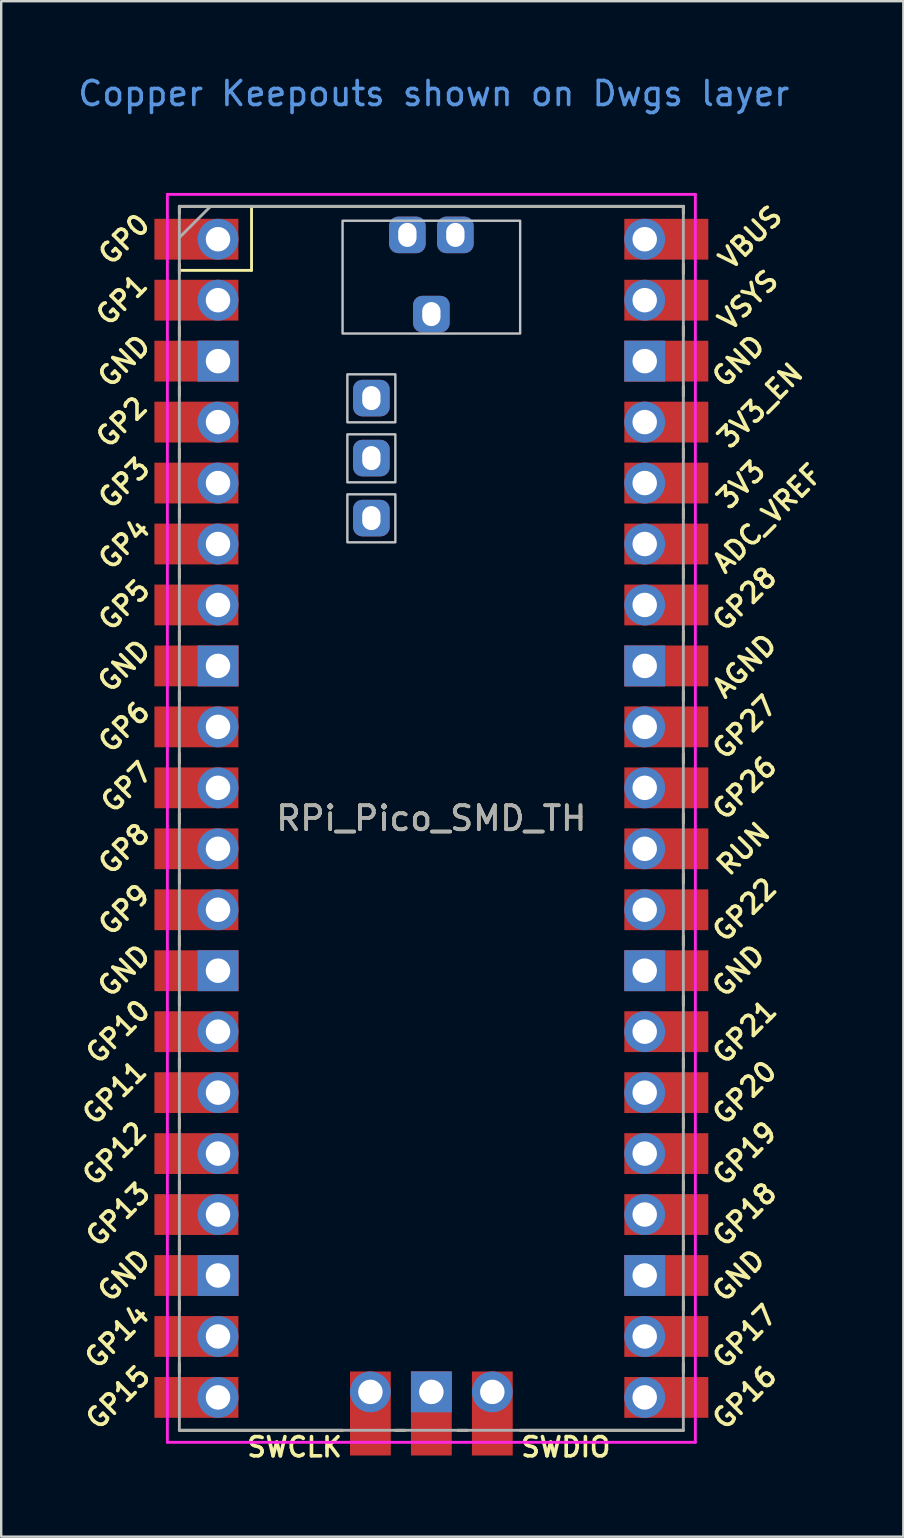
<source format=kicad_pcb>
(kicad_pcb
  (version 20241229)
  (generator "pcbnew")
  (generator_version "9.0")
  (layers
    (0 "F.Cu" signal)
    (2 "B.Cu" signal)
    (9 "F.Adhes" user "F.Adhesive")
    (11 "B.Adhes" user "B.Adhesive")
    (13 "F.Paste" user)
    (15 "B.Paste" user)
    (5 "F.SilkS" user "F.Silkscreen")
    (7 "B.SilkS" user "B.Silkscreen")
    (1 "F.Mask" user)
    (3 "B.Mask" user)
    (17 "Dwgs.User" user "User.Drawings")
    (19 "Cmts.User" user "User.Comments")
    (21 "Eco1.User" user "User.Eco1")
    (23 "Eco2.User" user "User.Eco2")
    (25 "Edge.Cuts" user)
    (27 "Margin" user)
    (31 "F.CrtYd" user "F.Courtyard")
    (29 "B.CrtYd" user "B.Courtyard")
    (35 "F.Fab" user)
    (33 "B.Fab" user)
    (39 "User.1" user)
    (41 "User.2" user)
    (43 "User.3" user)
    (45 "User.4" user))
  (footprint "RPi_Pico_SMD_TH"
    (layer "F.Cu")
    (at 14.924 31.048)
    (property "Reference" "RPi_Pico_SMD_TH" (at 0 0 0) (layer "F.SilkS") (effects (font (size 1 1) (thickness 0.15))))
    (attr through_hole)
    (fp_line (start -10.5 -25.5) (end -10.5 -25.2) (stroke (width 0.12) (type solid)) (layer "F.SilkS"))
    (fp_line (start -10.5 -25.5) (end 10.5 -25.5) (stroke (width 0.12) (type solid)) (layer "F.SilkS"))
    (fp_line (start -10.5 -23.1) (end -10.5 -22.7) (stroke (width 0.12) (type solid)) (layer "F.SilkS"))
    (fp_line (start -10.5 -22.833) (end -7.493 -22.833) (stroke (width 0.12) (type solid)) (layer "F.SilkS"))
    (fp_line (start -10.5 -20.5) (end -10.5 -20.1) (stroke (width 0.12) (type solid)) (layer "F.SilkS"))
    (fp_line (start -10.5 -18) (end -10.5 -17.6) (stroke (width 0.12) (type solid)) (layer "F.SilkS"))
    (fp_line (start -10.5 -15.4) (end -10.5 -15) (stroke (width 0.12) (type solid)) (layer "F.SilkS"))
    (fp_line (start -10.5 -12.9) (end -10.5 -12.5) (stroke (width 0.12) (type solid)) (layer "F.SilkS"))
    (fp_line (start -10.5 -10.4) (end -10.5 -10) (stroke (width 0.12) (type solid)) (layer "F.SilkS"))
    (fp_line (start -10.5 -7.8) (end -10.5 -7.4) (stroke (width 0.12) (type solid)) (layer "F.SilkS"))
    (fp_line (start -10.5 -5.3) (end -10.5 -4.9) (stroke (width 0.12) (type solid)) (layer "F.SilkS"))
    (fp_line (start -10.5 -2.7) (end -10.5 -2.3) (stroke (width 0.12) (type solid)) (layer "F.SilkS"))
    (fp_line (start -10.5 -0.2) (end -10.5 0.2) (stroke (width 0.12) (type solid)) (layer "F.SilkS"))
    (fp_line (start -10.5 2.3) (end -10.5 2.7) (stroke (width 0.12) (type solid)) (layer "F.SilkS"))
    (fp_line (start -10.5 4.9) (end -10.5 5.3) (stroke (width 0.12) (type solid)) (layer "F.SilkS"))
    (fp_line (start -10.5 7.4) (end -10.5 7.8) (stroke (width 0.12) (type solid)) (layer "F.SilkS"))
    (fp_line (start -10.5 10) (end -10.5 10.4) (stroke (width 0.12) (type solid)) (layer "F.SilkS"))
    (fp_line (start -10.5 12.5) (end -10.5 12.9) (stroke (width 0.12) (type solid)) (layer "F.SilkS"))
    (fp_line (start -10.5 15.1) (end -10.5 15.5) (stroke (width 0.12) (type solid)) (layer "F.SilkS"))
    (fp_line (start -10.5 17.6) (end -10.5 18) (stroke (width 0.12) (type solid)) (layer "F.SilkS"))
    (fp_line (start -10.5 20.1) (end -10.5 20.5) (stroke (width 0.12) (type solid)) (layer "F.SilkS"))
    (fp_line (start -10.5 22.7) (end -10.5 23.1) (stroke (width 0.12) (type solid)) (layer "F.SilkS"))
    (fp_line (start -7.493 -22.833) (end -7.493 -25.5) (stroke (width 0.12) (type solid)) (layer "F.SilkS"))
    (fp_line (start -3.7 25.5) (end -10.5 25.5) (stroke (width 0.12) (type solid)) (layer "F.SilkS"))
    (fp_line (start -1.5 25.5) (end -1.1 25.5) (stroke (width 0.12) (type solid)) (layer "F.SilkS"))
    (fp_line (start 1.1 25.5) (end 1.5 25.5) (stroke (width 0.12) (type solid)) (layer "F.SilkS"))
    (fp_line (start 10.5 -25.5) (end 10.5 -25.2) (stroke (width 0.12) (type solid)) (layer "F.SilkS"))
    (fp_line (start 10.5 -23.1) (end 10.5 -22.7) (stroke (width 0.12) (type solid)) (layer "F.SilkS"))
    (fp_line (start 10.5 -20.5) (end 10.5 -20.1) (stroke (width 0.12) (type solid)) (layer "F.SilkS"))
    (fp_line (start 10.5 -18) (end 10.5 -17.6) (stroke (width 0.12) (type solid)) (layer "F.SilkS"))
    (fp_line (start 10.5 -15.4) (end 10.5 -15) (stroke (width 0.12) (type solid)) (layer "F.SilkS"))
    (fp_line (start 10.5 -12.9) (end 10.5 -12.5) (stroke (width 0.12) (type solid)) (layer "F.SilkS"))
    (fp_line (start 10.5 -10.4) (end 10.5 -10) (stroke (width 0.12) (type solid)) (layer "F.SilkS"))
    (fp_line (start 10.5 -7.8) (end 10.5 -7.4) (stroke (width 0.12) (type solid)) (layer "F.SilkS"))
    (fp_line (start 10.5 -5.3) (end 10.5 -4.9) (stroke (width 0.12) (type solid)) (layer "F.SilkS"))
    (fp_line (start 10.5 -2.7) (end 10.5 -2.3) (stroke (width 0.12) (type solid)) (layer "F.SilkS"))
    (fp_line (start 10.5 -0.2) (end 10.5 0.2) (stroke (width 0.12) (type solid)) (layer "F.SilkS"))
    (fp_line (start 10.5 2.3) (end 10.5 2.7) (stroke (width 0.12) (type solid)) (layer "F.SilkS"))
    (fp_line (start 10.5 4.9) (end 10.5 5.3) (stroke (width 0.12) (type solid)) (layer "F.SilkS"))
    (fp_line (start 10.5 7.4) (end 10.5 7.8) (stroke (width 0.12) (type solid)) (layer "F.SilkS"))
    (fp_line (start 10.5 10) (end 10.5 10.4) (stroke (width 0.12) (type solid)) (layer "F.SilkS"))
    (fp_line (start 10.5 12.5) (end 10.5 12.9) (stroke (width 0.12) (type solid)) (layer "F.SilkS"))
    (fp_line (start 10.5 15.1) (end 10.5 15.5) (stroke (width 0.12) (type solid)) (layer "F.SilkS"))
    (fp_line (start 10.5 17.6) (end 10.5 18) (stroke (width 0.12) (type solid)) (layer "F.SilkS"))
    (fp_line (start 10.5 20.1) (end 10.5 20.5) (stroke (width 0.12) (type solid)) (layer "F.SilkS"))
    (fp_line (start 10.5 22.7) (end 10.5 23.1) (stroke (width 0.12) (type solid)) (layer "F.SilkS"))
    (fp_line (start 10.5 25.5) (end 3.7 25.5) (stroke (width 0.12) (type solid)) (layer "F.SilkS"))
    (fp_poly (pts (xy -1.5 -16.5) (xy -3.5 -16.5) (xy -3.5 -18.5) (xy -1.5 -18.5)) (stroke (width 0.1) (type solid)) (fill no) (layer "Dwgs.User"))
    (fp_poly (pts (xy -1.5 -14) (xy -3.5 -14) (xy -3.5 -16) (xy -1.5 -16)) (stroke (width 0.1) (type solid)) (fill no) (layer "Dwgs.User"))
    (fp_poly (pts (xy -1.5 -11.5) (xy -3.5 -11.5) (xy -3.5 -13.5) (xy -1.5 -13.5)) (stroke (width 0.1) (type solid)) (fill no) (layer "Dwgs.User"))
    (fp_poly (pts (xy 3.7 -20.2) (xy -3.7 -20.2) (xy -3.7 -24.9) (xy 3.7 -24.9)) (stroke (width 0.1) (type solid)) (fill no) (layer "Dwgs.User"))
    (fp_line (start -11 -26) (end 11 -26) (stroke (width 0.12) (type solid)) (layer "F.CrtYd"))
    (fp_line (start -11 26) (end -11 -26) (stroke (width 0.12) (type solid)) (layer "F.CrtYd"))
    (fp_line (start 11 -26) (end 11 26) (stroke (width 0.12) (type solid)) (layer "F.CrtYd"))
    (fp_line (start 11 26) (end -11 26) (stroke (width 0.12) (type solid)) (layer "F.CrtYd"))
    (fp_line (start -10.5 -25.5) (end 10.5 -25.5) (stroke (width 0.12) (type solid)) (layer "F.Fab"))
    (fp_line (start -10.5 -24.2) (end -9.2 -25.5) (stroke (width 0.12) (type solid)) (layer "F.Fab"))
    (fp_line (start -10.5 25.5) (end -10.5 -25.5) (stroke (width 0.12) (type solid)) (layer "F.Fab"))
    (fp_line (start 10.5 -25.5) (end 10.5 25.5) (stroke (width 0.12) (type solid)) (layer "F.Fab"))
    (fp_line (start 10.5 25.5) (end -10.5 25.5) (stroke (width 0.12) (type solid)) (layer "F.Fab"))
    (fp_text user "GP9" (at -12.8 3.81 45) (layer "F.SilkS") (effects (font (size 0.8 0.8) (thickness 0.15))))
    (fp_text user "GP11" (at -13.2 11.43 45) (layer "F.SilkS") (effects (font (size 0.8 0.8) (thickness 0.15))))
    (fp_text user "GP1" (at -12.9 -21.6 45) (layer "F.SilkS") (effects (font (size 0.8 0.8) (thickness 0.15))))
    (fp_text user "GP5" (at -12.8 -8.89 45) (layer "F.SilkS") (effects (font (size 0.8 0.8) (thickness 0.15))))
    (fp_text user "GP19" (at 13.054 13.97 45) (layer "F.SilkS") (effects (font (size 0.8 0.8) (thickness 0.15))))
    (fp_text user "3V3_EN" (at 13.7 -17.2 45) (layer "F.SilkS") (effects (font (size 0.8 0.8) (thickness 0.15))))
    (fp_text user "GND" (at -12.8 6.35 45) (layer "F.SilkS") (effects (font (size 0.8 0.8) (thickness 0.15))))
    (fp_text user "GP3" (at -12.8 -13.97 45) (layer "F.SilkS") (effects (font (size 0.8 0.8) (thickness 0.15))))
    (fp_text user "GP0" (at -12.8 -24.13 45) (layer "F.SilkS") (effects (font (size 0.8 0.8) (thickness 0.15))))
    (fp_text user "GP15" (at -13.054 24.13 45) (layer "F.SilkS") (effects (font (size 0.8 0.8) (thickness 0.15))))
    (fp_text user "GP27" (at 13.054 -3.8 45) (layer "F.SilkS") (effects (font (size 0.8 0.8) (thickness 0.15))))
    (fp_text user "GP2" (at -12.9 -16.51 45) (layer "F.SilkS") (effects (font (size 0.8 0.8) (thickness 0.15))))
    (fp_text user "GND" (at -12.8 -6.35 45) (layer "F.SilkS") (effects (font (size 0.8 0.8) (thickness 0.15))))
    (fp_text user "AGND" (at 13.054 -6.35 45) (layer "F.SilkS") (effects (font (size 0.8 0.8) (thickness 0.15))))
    (fp_text user "GP8" (at -12.8 1.27 45) (layer "F.SilkS") (effects (font (size 0.8 0.8) (thickness 0.15))))
    (fp_text user "GP7" (at -12.7 -1.3 45) (layer "F.SilkS") (effects (font (size 0.8 0.8) (thickness 0.15))))
    (fp_text user "GP4" (at -12.8 -11.43 45) (layer "F.SilkS") (effects (font (size 0.8 0.8) (thickness 0.15))))
    (fp_text user "GP14" (at -13.1 21.59 45) (layer "F.SilkS") (effects (font (size 0.8 0.8) (thickness 0.15))))
    (fp_text user "GP17" (at 13.054 21.59 45) (layer "F.SilkS") (effects (font (size 0.8 0.8) (thickness 0.15))))
    (fp_text user "GND" (at -12.8 19.05 45) (layer "F.SilkS") (effects (font (size 0.8 0.8) (thickness 0.15))))
    (fp_text user "RUN" (at 13 1.27 45) (layer "F.SilkS") (effects (font (size 0.8 0.8) (thickness 0.15))))
    (fp_text user "GP16" (at 13.054 24.13 45) (layer "F.SilkS") (effects (font (size 0.8 0.8) (thickness 0.15))))
    (fp_text user "SWDIO" (at 5.6 26.2 0) (layer "F.SilkS") (effects (font (size 0.8 0.8) (thickness 0.15))))
    (fp_text user "GP13" (at -13.054 16.51 45) (layer "F.SilkS") (effects (font (size 0.8 0.8) (thickness 0.15))))
    (fp_text user "ADC_VREF" (at 14 -12.5 45) (layer "F.SilkS") (effects (font (size 0.8 0.8) (thickness 0.15))))
    (fp_text user "GP21" (at 13.054 8.9 45) (layer "F.SilkS") (effects (font (size 0.8 0.8) (thickness 0.15))))
    (fp_text user "GND" (at 12.8 19.05 45) (layer "F.SilkS") (effects (font (size 0.8 0.8) (thickness 0.15))))
    (fp_text user "GND" (at -12.8 -19.05 45) (layer "F.SilkS") (effects (font (size 0.8 0.8) (thickness 0.15))))
    (fp_text user "GND" (at 12.8 -19.05 45) (layer "F.SilkS") (effects (font (size 0.8 0.8) (thickness 0.15))))
    (fp_text user "GP12" (at -13.2 13.97 45) (layer "F.SilkS") (effects (font (size 0.8 0.8) (thickness 0.15))))
    (fp_text user "GP26" (at 13.054 -1.27 45) (layer "F.SilkS") (effects (font (size 0.8 0.8) (thickness 0.15))))
    (fp_text user "VBUS" (at 13.3 -24.2 45) (layer "F.SilkS") (effects (font (size 0.8 0.8) (thickness 0.15))))
    (fp_text user "GP18" (at 13.054 16.51 45) (layer "F.SilkS") (effects (font (size 0.8 0.8) (thickness 0.15))))
    (fp_text user "SWCLK" (at -5.7 26.2 0) (layer "F.SilkS") (effects (font (size 0.8 0.8) (thickness 0.15))))
    (fp_text user "GND" (at 12.8 6.35 45) (layer "F.SilkS") (effects (font (size 0.8 0.8) (thickness 0.15))))
    (fp_text user "GP22" (at 13.054 3.81 45) (layer "F.SilkS") (effects (font (size 0.8 0.8) (thickness 0.15))))
    (fp_text user "GP6" (at -12.8 -3.81 45) (layer "F.SilkS") (effects (font (size 0.8 0.8) (thickness 0.15))))
    (fp_text user "3V3" (at 12.9 -13.9 45) (layer "F.SilkS") (effects (font (size 0.8 0.8) (thickness 0.15))))
    (fp_text user "GP28" (at 13.054 -9.144 45) (layer "F.SilkS") (effects (font (size 0.8 0.8) (thickness 0.15))))
    (fp_text user "GP20" (at 13.054 11.43 45) (layer "F.SilkS") (effects (font (size 0.8 0.8) (thickness 0.15))))
    (fp_text user "GP10" (at -13.054 8.89 45) (layer "F.SilkS") (effects (font (size 0.8 0.8) (thickness 0.15))))
    (fp_text user "VSYS" (at 13.2 -21.59 45) (layer "F.SilkS") (effects (font (size 0.8 0.8) (thickness 0.15))))
    (fp_text user "Copper Keepouts shown on Dwgs layer" (at 0.1 -30.2 0) (layer "Cmts.User") (effects (font (size 1 1) (thickness 0.15))))
    (fp_text user "${REFERENCE}" (at 0 0 180) (layer "F.Fab") (effects (font (size 1 1) (thickness 0.15))))
    (pad "1" thru_hole oval (at -8.89 -24.13) (size 1.7 1.7) (drill 1.02) (layers "*.Cu" "*.Mask"))
    (pad "1" smd rect (at -8.89 -24.13) (size 3.5 1.7) (drill (offset -0.9 0)) (layers "F.Cu" "F.Mask"))
    (pad "2" thru_hole oval (at -8.89 -21.59) (size 1.7 1.7) (drill 1.02) (layers "*.Cu" "*.Mask"))
    (pad "2" smd rect (at -8.89 -21.59) (size 3.5 1.7) (drill (offset -0.9 0)) (layers "F.Cu" "F.Mask"))
    (pad "3" thru_hole rect (at -8.89 -19.05) (size 1.7 1.7) (drill 1.02) (layers "*.Cu" "*.Mask"))
    (pad "3" smd rect (at -8.89 -19.05) (size 3.5 1.7) (drill (offset -0.9 0)) (layers "F.Cu" "F.Mask"))
    (pad "4" thru_hole oval (at -8.89 -16.51) (size 1.7 1.7) (drill 1.02) (layers "*.Cu" "*.Mask"))
    (pad "4" smd rect (at -8.89 -16.51) (size 3.5 1.7) (drill (offset -0.9 0)) (layers "F.Cu" "F.Mask"))
    (pad "5" thru_hole oval (at -8.89 -13.97) (size 1.7 1.7) (drill 1.02) (layers "*.Cu" "*.Mask"))
    (pad "5" smd rect (at -8.89 -13.97) (size 3.5 1.7) (drill (offset -0.9 0)) (layers "F.Cu" "F.Mask"))
    (pad "6" thru_hole oval (at -8.89 -11.43) (size 1.7 1.7) (drill 1.02) (layers "*.Cu" "*.Mask"))
    (pad "6" smd rect (at -8.89 -11.43) (size 3.5 1.7) (drill (offset -0.9 0)) (layers "F.Cu" "F.Mask"))
    (pad "7" thru_hole oval (at -8.89 -8.89) (size 1.7 1.7) (drill 1.02) (layers "*.Cu" "*.Mask"))
    (pad "7" smd rect (at -8.89 -8.89) (size 3.5 1.7) (drill (offset -0.9 0)) (layers "F.Cu" "F.Mask"))
    (pad "8" thru_hole rect (at -8.89 -6.35) (size 1.7 1.7) (drill 1.02) (layers "*.Cu" "*.Mask"))
    (pad "8" smd rect (at -8.89 -6.35) (size 3.5 1.7) (drill (offset -0.9 0)) (layers "F.Cu" "F.Mask"))
    (pad "9" thru_hole oval (at -8.89 -3.81) (size 1.7 1.7) (drill 1.02) (layers "*.Cu" "*.Mask"))
    (pad "9" smd rect (at -8.89 -3.81) (size 3.5 1.7) (drill (offset -0.9 0)) (layers "F.Cu" "F.Mask"))
    (pad "10" thru_hole oval (at -8.89 -1.27) (size 1.7 1.7) (drill 1.02) (layers "*.Cu" "*.Mask"))
    (pad "10" smd rect (at -8.89 -1.27) (size 3.5 1.7) (drill (offset -0.9 0)) (layers "F.Cu" "F.Mask"))
    (pad "11" thru_hole oval (at -8.89 1.27) (size 1.7 1.7) (drill 1.02) (layers "*.Cu" "*.Mask"))
    (pad "11" smd rect (at -8.89 1.27) (size 3.5 1.7) (drill (offset -0.9 0)) (layers "F.Cu" "F.Mask"))
    (pad "12" thru_hole oval (at -8.89 3.81) (size 1.7 1.7) (drill 1.02) (layers "*.Cu" "*.Mask"))
    (pad "12" smd rect (at -8.89 3.81) (size 3.5 1.7) (drill (offset -0.9 0)) (layers "F.Cu" "F.Mask"))
    (pad "13" thru_hole rect (at -8.89 6.35) (size 1.7 1.7) (drill 1.02) (layers "*.Cu" "*.Mask"))
    (pad "13" smd rect (at -8.89 6.35) (size 3.5 1.7) (drill (offset -0.9 0)) (layers "F.Cu" "F.Mask"))
    (pad "14" thru_hole oval (at -8.89 8.89) (size 1.7 1.7) (drill 1.02) (layers "*.Cu" "*.Mask"))
    (pad "14" smd rect (at -8.89 8.89) (size 3.5 1.7) (drill (offset -0.9 0)) (layers "F.Cu" "F.Mask"))
    (pad "15" thru_hole oval (at -8.89 11.43) (size 1.7 1.7) (drill 1.02) (layers "*.Cu" "*.Mask"))
    (pad "15" smd rect (at -8.89 11.43) (size 3.5 1.7) (drill (offset -0.9 0)) (layers "F.Cu" "F.Mask"))
    (pad "16" thru_hole oval (at -8.89 13.97) (size 1.7 1.7) (drill 1.02) (layers "*.Cu" "*.Mask"))
    (pad "16" smd rect (at -8.89 13.97) (size 3.5 1.7) (drill (offset -0.9 0)) (layers "F.Cu" "F.Mask"))
    (pad "17" thru_hole oval (at -8.89 16.51) (size 1.7 1.7) (drill 1.02) (layers "*.Cu" "*.Mask"))
    (pad "17" smd rect (at -8.89 16.51) (size 3.5 1.7) (drill (offset -0.9 0)) (layers "F.Cu" "F.Mask"))
    (pad "18" thru_hole rect (at -8.89 19.05) (size 1.7 1.7) (drill 1.02) (layers "*.Cu" "*.Mask"))
    (pad "18" smd rect (at -8.89 19.05) (size 3.5 1.7) (drill (offset -0.9 0)) (layers "F.Cu" "F.Mask"))
    (pad "19" thru_hole oval (at -8.89 21.59) (size 1.7 1.7) (drill 1.02) (layers "*.Cu" "*.Mask"))
    (pad "19" smd rect (at -8.89 21.59) (size 3.5 1.7) (drill (offset -0.9 0)) (layers "F.Cu" "F.Mask"))
    (pad "20" thru_hole oval (at -8.89 24.13) (size 1.7 1.7) (drill 1.02) (layers "*.Cu" "*.Mask"))
    (pad "20" smd rect (at -8.89 24.13) (size 3.5 1.7) (drill (offset -0.9 0)) (layers "F.Cu" "F.Mask"))
    (pad "21" thru_hole oval (at 8.89 24.13) (size 1.7 1.7) (drill 1.02) (layers "*.Cu" "*.Mask"))
    (pad "21" smd rect (at 8.89 24.13) (size 3.5 1.7) (drill (offset 0.9 0)) (layers "F.Cu" "F.Mask"))
    (pad "22" thru_hole oval (at 8.89 21.59) (size 1.7 1.7) (drill 1.02) (layers "*.Cu" "*.Mask"))
    (pad "22" smd rect (at 8.89 21.59) (size 3.5 1.7) (drill (offset 0.9 0)) (layers "F.Cu" "F.Mask"))
    (pad "23" thru_hole rect (at 8.89 19.05) (size 1.7 1.7) (drill 1.02) (layers "*.Cu" "*.Mask"))
    (pad "23" smd rect (at 8.89 19.05) (size 3.5 1.7) (drill (offset 0.9 0)) (layers "F.Cu" "F.Mask"))
    (pad "24" thru_hole oval (at 8.89 16.51) (size 1.7 1.7) (drill 1.02) (layers "*.Cu" "*.Mask"))
    (pad "24" smd rect (at 8.89 16.51) (size 3.5 1.7) (drill (offset 0.9 0)) (layers "F.Cu" "F.Mask"))
    (pad "25" thru_hole oval (at 8.89 13.97) (size 1.7 1.7) (drill 1.02) (layers "*.Cu" "*.Mask"))
    (pad "25" smd rect (at 8.89 13.97) (size 3.5 1.7) (drill (offset 0.9 0)) (layers "F.Cu" "F.Mask"))
    (pad "26" thru_hole oval (at 8.89 11.43) (size 1.7 1.7) (drill 1.02) (layers "*.Cu" "*.Mask"))
    (pad "26" smd rect (at 8.89 11.43) (size 3.5 1.7) (drill (offset 0.9 0)) (layers "F.Cu" "F.Mask"))
    (pad "27" thru_hole oval (at 8.89 8.89) (size 1.7 1.7) (drill 1.02) (layers "*.Cu" "*.Mask"))
    (pad "27" smd rect (at 8.89 8.89) (size 3.5 1.7) (drill (offset 0.9 0)) (layers "F.Cu" "F.Mask"))
    (pad "28" thru_hole rect (at 8.89 6.35) (size 1.7 1.7) (drill 1.02) (layers "*.Cu" "*.Mask"))
    (pad "28" smd rect (at 8.89 6.35) (size 3.5 1.7) (drill (offset 0.9 0)) (layers "F.Cu" "F.Mask"))
    (pad "29" thru_hole oval (at 8.89 3.81) (size 1.7 1.7) (drill 1.02) (layers "*.Cu" "*.Mask"))
    (pad "29" smd rect (at 8.89 3.81) (size 3.5 1.7) (drill (offset 0.9 0)) (layers "F.Cu" "F.Mask"))
    (pad "30" thru_hole oval (at 8.89 1.27) (size 1.7 1.7) (drill 1.02) (layers "*.Cu" "*.Mask"))
    (pad "30" smd rect (at 8.89 1.27) (size 3.5 1.7) (drill (offset 0.9 0)) (layers "F.Cu" "F.Mask"))
    (pad "31" thru_hole oval (at 8.89 -1.27) (size 1.7 1.7) (drill 1.02) (layers "*.Cu" "*.Mask"))
    (pad "31" smd rect (at 8.89 -1.27) (size 3.5 1.7) (drill (offset 0.9 0)) (layers "F.Cu" "F.Mask"))
    (pad "32" thru_hole oval (at 8.89 -3.81) (size 1.7 1.7) (drill 1.02) (layers "*.Cu" "*.Mask"))
    (pad "32" smd rect (at 8.89 -3.81) (size 3.5 1.7) (drill (offset 0.9 0)) (layers "F.Cu" "F.Mask"))
    (pad "33" thru_hole rect (at 8.89 -6.35) (size 1.7 1.7) (drill 1.02) (layers "*.Cu" "*.Mask"))
    (pad "33" smd rect (at 8.89 -6.35) (size 3.5 1.7) (drill (offset 0.9 0)) (layers "F.Cu" "F.Mask"))
    (pad "34" thru_hole oval (at 8.89 -8.89) (size 1.7 1.7) (drill 1.02) (layers "*.Cu" "*.Mask"))
    (pad "34" smd rect (at 8.89 -8.89) (size 3.5 1.7) (drill (offset 0.9 0)) (layers "F.Cu" "F.Mask"))
    (pad "35" thru_hole oval (at 8.89 -11.43) (size 1.7 1.7) (drill 1.02) (layers "*.Cu" "*.Mask"))
    (pad "35" smd rect (at 8.89 -11.43) (size 3.5 1.7) (drill (offset 0.9 0)) (layers "F.Cu" "F.Mask"))
    (pad "36" thru_hole oval (at 8.89 -13.97) (size 1.7 1.7) (drill 1.02) (layers "*.Cu" "*.Mask"))
    (pad "36" smd rect (at 8.89 -13.97) (size 3.5 1.7) (drill (offset 0.9 0)) (layers "F.Cu" "F.Mask"))
    (pad "37" thru_hole oval (at 8.89 -16.51) (size 1.7 1.7) (drill 1.02) (layers "*.Cu" "*.Mask"))
    (pad "37" smd rect (at 8.89 -16.51) (size 3.5 1.7) (drill (offset 0.9 0)) (layers "F.Cu" "F.Mask"))
    (pad "38" thru_hole rect (at 8.89 -19.05) (size 1.7 1.7) (drill 1.02) (layers "*.Cu" "*.Mask"))
    (pad "38" smd rect (at 8.89 -19.05) (size 3.5 1.7) (drill (offset 0.9 0)) (layers "F.Cu" "F.Mask"))
    (pad "39" thru_hole oval (at 8.89 -21.59) (size 1.7 1.7) (drill 1.02) (layers "*.Cu" "*.Mask"))
    (pad "39" smd rect (at 8.89 -21.59) (size 3.5 1.7) (drill (offset 0.9 0)) (layers "F.Cu" "F.Mask"))
    (pad "40" thru_hole oval (at 8.89 -24.13) (size 1.7 1.7) (drill 1.02) (layers "*.Cu" "*.Mask"))
    (pad "40" smd rect (at 8.89 -24.13) (size 3.5 1.7) (drill (offset 0.9 0)) (layers "F.Cu" "F.Mask"))
    (pad "41" thru_hole oval (at -2.54 23.9) (size 1.7 1.7) (drill 1.02) (layers "*.Cu" "*.Mask"))
    (pad "41" smd rect (at -2.54 23.9 90) (size 3.5 1.7) (drill (offset -0.9 0)) (layers "F.Cu" "F.Mask"))
    (pad "42" thru_hole rect (at 0 23.9) (size 1.7 1.7) (drill 1.02) (layers "*.Cu" "*.Mask"))
    (pad "42" smd rect (at 0 23.9 90) (size 3.5 1.7) (drill (offset -0.9 0)) (layers "F.Cu" "F.Mask"))
    (pad "43" thru_hole oval (at 2.54 23.9) (size 1.7 1.7) (drill 1.02) (layers "*.Cu" "*.Mask"))
    (pad "43" smd rect (at 2.54 23.9 90) (size 3.5 1.7) (drill (offset -0.9 0)) (layers "F.Cu" "F.Mask"))
    (pad "44" thru_hole roundrect (at 0 -21.01) (size 1.524 1.524) (drill oval 0.762 1) (layers "*.Cu" "*.Mask") (roundrect_rratio 0.25))
    (pad "45" thru_hole roundrect (at 1 -24.31) (size 1.524 1.524) (drill oval 0.762 1) (layers "*.Cu" "*.Mask") (roundrect_rratio 0.25))
    (pad "46" thru_hole roundrect (at -1 -24.31) (size 1.524 1.524) (drill oval 0.762 1) (layers "*.Cu" "*.Mask") (roundrect_rratio 0.25))
    (pad "47" thru_hole roundrect (at -2.5 -17.51) (size 1.524 1.524) (drill oval 0.762 1) (layers "*.Cu" "*.Mask") (roundrect_rratio 0.25))
    (pad "48" thru_hole roundrect (at -2.5 -15.01) (size 1.524 1.524) (drill oval 0.762 1) (layers "*.Cu" "*.Mask") (roundrect_rratio 0.25))
    (pad "49" thru_hole roundrect (at -2.5 -12.51) (size 1.524 1.524) (drill oval 0.762 1) (layers "*.Cu" "*.Mask") (roundrect_rratio 0.25)))
  (gr_rect
    (start -3 -3)
    (end 34.591 60.98)
    (stroke (width 0.1) (type default))
    (fill no)
    (layer "Edge.Cuts")))
</source>
